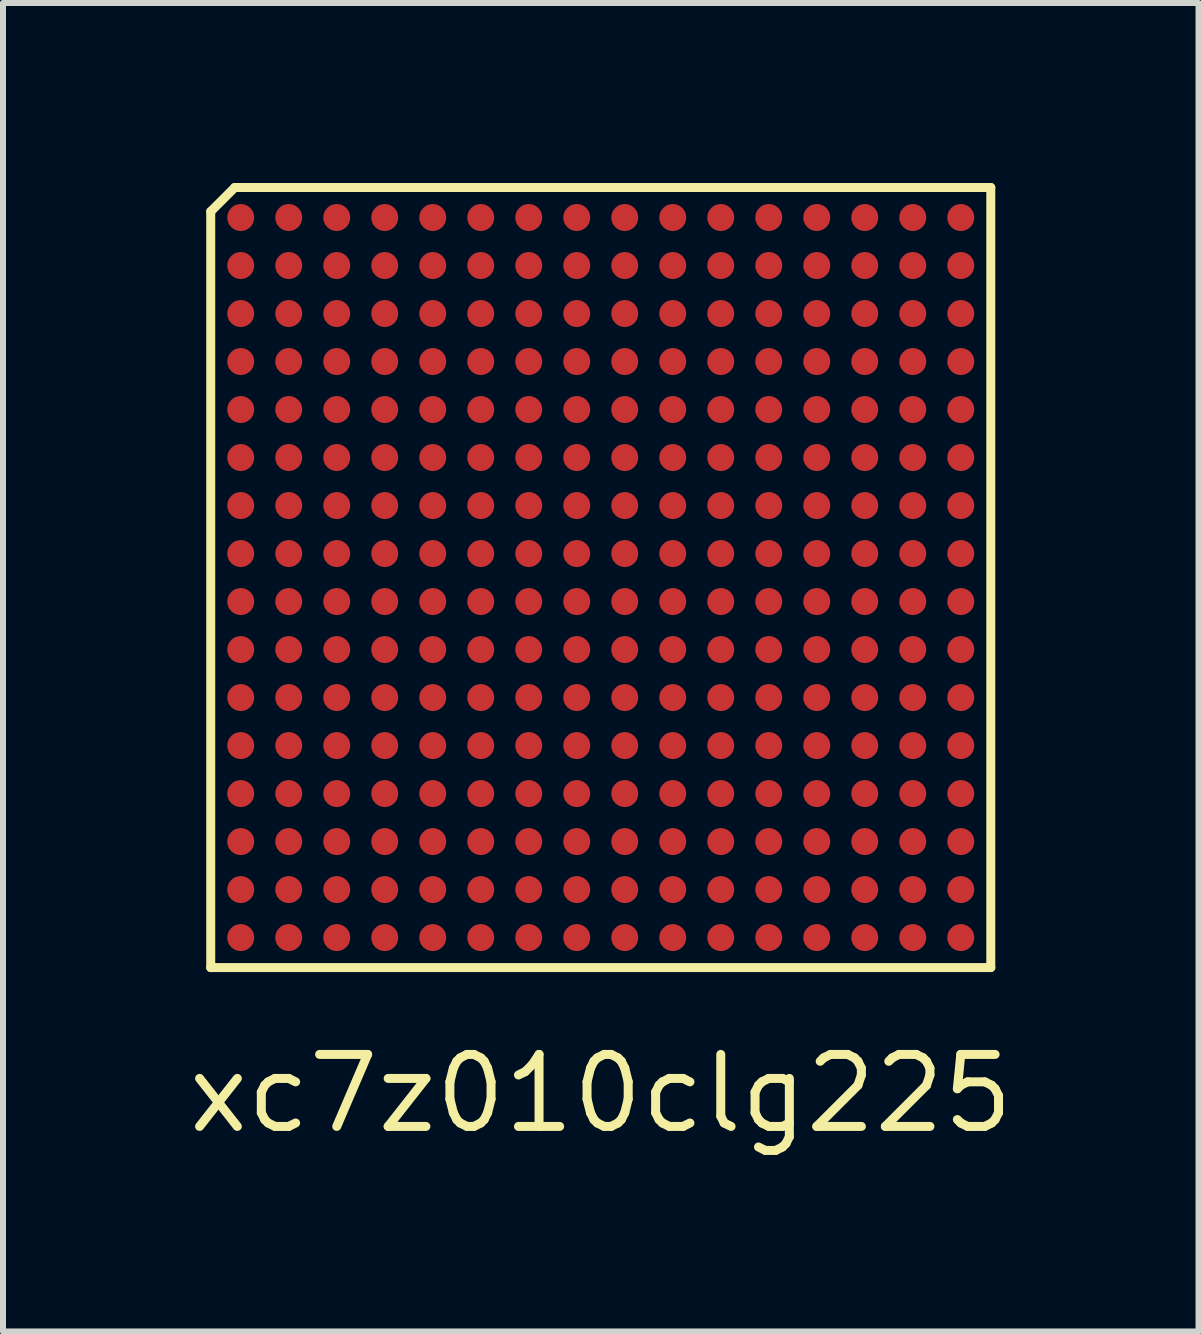
<source format=kicad_pcb>
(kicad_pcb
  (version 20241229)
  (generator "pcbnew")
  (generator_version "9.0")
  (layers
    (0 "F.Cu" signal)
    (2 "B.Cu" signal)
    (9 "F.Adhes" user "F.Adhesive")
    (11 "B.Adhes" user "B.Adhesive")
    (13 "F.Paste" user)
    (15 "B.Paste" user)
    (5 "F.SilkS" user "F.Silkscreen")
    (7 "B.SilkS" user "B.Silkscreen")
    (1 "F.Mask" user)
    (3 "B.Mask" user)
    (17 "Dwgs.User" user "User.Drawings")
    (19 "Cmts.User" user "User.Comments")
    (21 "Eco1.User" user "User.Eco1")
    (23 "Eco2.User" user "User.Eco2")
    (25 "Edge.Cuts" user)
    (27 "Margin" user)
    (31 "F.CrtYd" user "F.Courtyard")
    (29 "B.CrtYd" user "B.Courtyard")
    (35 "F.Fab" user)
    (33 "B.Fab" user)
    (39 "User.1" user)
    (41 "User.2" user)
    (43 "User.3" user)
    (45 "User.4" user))
  (footprint "xc7z010clg225"
    (layer "F.Cu")
    (at 6.962 6.575)
    (property "Reference" "xc7z010clg225" (at 0 8.6 0) (layer "F.SilkS") (effects (font (size 1.2 1.2) (thickness 0.15))))
    (attr through_hole)
    (fp_line (start -6.5 -6.1) (end -6.5 6.5) (stroke (width 0.15) (type solid)) (layer "F.SilkS"))
    (fp_line (start -6.5 6.5) (end 6.5 6.5) (stroke (width 0.15) (type solid)) (layer "F.SilkS"))
    (fp_line (start -6.1 -6.5) (end -6.5 -6.1) (stroke (width 0.15) (type solid)) (layer "F.SilkS"))
    (fp_line (start 6.5 -6.5) (end -6.1 -6.5) (stroke (width 0.15) (type solid)) (layer "F.SilkS"))
    (fp_line (start 6.5 6.5) (end 6.5 -6.5) (stroke (width 0.15) (type solid)) (layer "F.SilkS"))
    (pad "A1" smd circle (at -6 -6) (size 0.45 0.45) (layers "F.Cu" "F.Mask" "F.Paste"))
    (pad "A2" smd circle (at -5.2 -6) (size 0.45 0.45) (layers "F.Cu" "F.Mask" "F.Paste"))
    (pad "A3" smd circle (at -4.4 -6) (size 0.45 0.45) (layers "F.Cu" "F.Mask" "F.Paste"))
    (pad "A4" smd circle (at -3.6 -6) (size 0.45 0.45) (layers "F.Cu" "F.Mask" "F.Paste"))
    (pad "A5" smd circle (at -2.8 -6) (size 0.45 0.45) (layers "F.Cu" "F.Mask" "F.Paste"))
    (pad "A6" smd circle (at -2 -6) (size 0.45 0.45) (layers "F.Cu" "F.Mask" "F.Paste"))
    (pad "A7" smd circle (at -1.2 -6) (size 0.45 0.45) (layers "F.Cu" "F.Mask" "F.Paste"))
    (pad "A8" smd circle (at -0.4 -6) (size 0.45 0.45) (layers "F.Cu" "F.Mask" "F.Paste"))
    (pad "A9" smd circle (at 0.4 -6) (size 0.45 0.45) (layers "F.Cu" "F.Mask" "F.Paste"))
    (pad "A10" smd circle (at 1.2 -6) (size 0.45 0.45) (layers "F.Cu" "F.Mask" "F.Paste"))
    (pad "A11" smd circle (at 2 -6) (size 0.45 0.45) (layers "F.Cu" "F.Mask" "F.Paste"))
    (pad "A12" smd circle (at 2.8 -6) (size 0.45 0.45) (layers "F.Cu" "F.Mask" "F.Paste"))
    (pad "A13" smd circle (at 3.6 -6) (size 0.45 0.45) (layers "F.Cu" "F.Mask" "F.Paste"))
    (pad "A14" smd circle (at 4.4 -6) (size 0.45 0.45) (layers "F.Cu" "F.Mask" "F.Paste"))
    (pad "A15" smd circle (at 5.2 -6) (size 0.45 0.45) (layers "F.Cu" "F.Mask" "F.Paste"))
    (pad "A16" smd circle (at 6 -6) (size 0.45 0.45) (layers "F.Cu" "F.Mask" "F.Paste"))
    (pad "B1" smd circle (at -6 -5.2) (size 0.45 0.45) (layers "F.Cu" "F.Mask" "F.Paste"))
    (pad "B2" smd circle (at -5.2 -5.2) (size 0.45 0.45) (layers "F.Cu" "F.Mask" "F.Paste"))
    (pad "B3" smd circle (at -4.4 -5.2) (size 0.45 0.45) (layers "F.Cu" "F.Mask" "F.Paste"))
    (pad "B4" smd circle (at -3.6 -5.2) (size 0.45 0.45) (layers "F.Cu" "F.Mask" "F.Paste"))
    (pad "B5" smd circle (at -2.8 -5.2) (size 0.45 0.45) (layers "F.Cu" "F.Mask" "F.Paste"))
    (pad "B6" smd circle (at -2 -5.2) (size 0.45 0.45) (layers "F.Cu" "F.Mask" "F.Paste"))
    (pad "B7" smd circle (at -1.2 -5.2) (size 0.45 0.45) (layers "F.Cu" "F.Mask" "F.Paste"))
    (pad "B8" smd circle (at -0.4 -5.2) (size 0.45 0.45) (layers "F.Cu" "F.Mask" "F.Paste"))
    (pad "B9" smd circle (at 0.4 -5.2) (size 0.45 0.45) (layers "F.Cu" "F.Mask" "F.Paste"))
    (pad "B10" smd circle (at 1.2 -5.2) (size 0.45 0.45) (layers "F.Cu" "F.Mask" "F.Paste"))
    (pad "B11" smd circle (at 2 -5.2) (size 0.45 0.45) (layers "F.Cu" "F.Mask" "F.Paste"))
    (pad "B12" smd circle (at 2.8 -5.2) (size 0.45 0.45) (layers "F.Cu" "F.Mask" "F.Paste"))
    (pad "B13" smd circle (at 3.6 -5.2) (size 0.45 0.45) (layers "F.Cu" "F.Mask" "F.Paste"))
    (pad "B14" smd circle (at 4.4 -5.2) (size 0.45 0.45) (layers "F.Cu" "F.Mask" "F.Paste"))
    (pad "B15" smd circle (at 5.2 -5.2) (size 0.45 0.45) (layers "F.Cu" "F.Mask" "F.Paste"))
    (pad "B16" smd circle (at 6 -5.2) (size 0.45 0.45) (layers "F.Cu" "F.Mask" "F.Paste"))
    (pad "C1" smd circle (at -6 -4.4) (size 0.45 0.45) (layers "F.Cu" "F.Mask" "F.Paste"))
    (pad "C2" smd circle (at -5.2 -4.4) (size 0.45 0.45) (layers "F.Cu" "F.Mask" "F.Paste"))
    (pad "C3" smd circle (at -4.4 -4.4) (size 0.45 0.45) (layers "F.Cu" "F.Mask" "F.Paste"))
    (pad "C4" smd circle (at -3.6 -4.4) (size 0.45 0.45) (layers "F.Cu" "F.Mask" "F.Paste"))
    (pad "C5" smd circle (at -2.8 -4.4) (size 0.45 0.45) (layers "F.Cu" "F.Mask" "F.Paste"))
    (pad "C6" smd circle (at -2 -4.4) (size 0.45 0.45) (layers "F.Cu" "F.Mask" "F.Paste"))
    (pad "C7" smd circle (at -1.2 -4.4) (size 0.45 0.45) (layers "F.Cu" "F.Mask" "F.Paste"))
    (pad "C8" smd circle (at -0.4 -4.4) (size 0.45 0.45) (layers "F.Cu" "F.Mask" "F.Paste"))
    (pad "C9" smd circle (at 0.4 -4.4) (size 0.45 0.45) (layers "F.Cu" "F.Mask" "F.Paste"))
    (pad "C10" smd circle (at 1.2 -4.4) (size 0.45 0.45) (layers "F.Cu" "F.Mask" "F.Paste"))
    (pad "C11" smd circle (at 2 -4.4) (size 0.45 0.45) (layers "F.Cu" "F.Mask" "F.Paste"))
    (pad "C12" smd circle (at 2.8 -4.4) (size 0.45 0.45) (layers "F.Cu" "F.Mask" "F.Paste"))
    (pad "C13" smd circle (at 3.6 -4.4) (size 0.45 0.45) (layers "F.Cu" "F.Mask" "F.Paste"))
    (pad "C14" smd circle (at 4.4 -4.4) (size 0.45 0.45) (layers "F.Cu" "F.Mask" "F.Paste"))
    (pad "C15" smd circle (at 5.2 -4.4) (size 0.45 0.45) (layers "F.Cu" "F.Mask" "F.Paste"))
    (pad "C16" smd circle (at 6 -4.4) (size 0.45 0.45) (layers "F.Cu" "F.Mask" "F.Paste"))
    (pad "D1" smd circle (at -6 -3.6) (size 0.45 0.45) (layers "F.Cu" "F.Mask" "F.Paste"))
    (pad "D2" smd circle (at -5.2 -3.6) (size 0.45 0.45) (layers "F.Cu" "F.Mask" "F.Paste"))
    (pad "D3" smd circle (at -4.4 -3.6) (size 0.45 0.45) (layers "F.Cu" "F.Mask" "F.Paste"))
    (pad "D4" smd circle (at -3.6 -3.6) (size 0.45 0.45) (layers "F.Cu" "F.Mask" "F.Paste"))
    (pad "D5" smd circle (at -2.8 -3.6) (size 0.45 0.45) (layers "F.Cu" "F.Mask" "F.Paste"))
    (pad "D6" smd circle (at -2 -3.6) (size 0.45 0.45) (layers "F.Cu" "F.Mask" "F.Paste"))
    (pad "D7" smd circle (at -1.2 -3.6) (size 0.45 0.45) (layers "F.Cu" "F.Mask" "F.Paste"))
    (pad "D8" smd circle (at -0.4 -3.6) (size 0.45 0.45) (layers "F.Cu" "F.Mask" "F.Paste"))
    (pad "D9" smd circle (at 0.4 -3.6) (size 0.45 0.45) (layers "F.Cu" "F.Mask" "F.Paste"))
    (pad "D10" smd circle (at 1.2 -3.6) (size 0.45 0.45) (layers "F.Cu" "F.Mask" "F.Paste"))
    (pad "D11" smd circle (at 2 -3.6) (size 0.45 0.45) (layers "F.Cu" "F.Mask" "F.Paste"))
    (pad "D12" smd circle (at 2.8 -3.6) (size 0.45 0.45) (layers "F.Cu" "F.Mask" "F.Paste"))
    (pad "D13" smd circle (at 3.6 -3.6) (size 0.45 0.45) (layers "F.Cu" "F.Mask" "F.Paste"))
    (pad "D14" smd circle (at 4.4 -3.6) (size 0.45 0.45) (layers "F.Cu" "F.Mask" "F.Paste"))
    (pad "D15" smd circle (at 5.2 -3.6) (size 0.45 0.45) (layers "F.Cu" "F.Mask" "F.Paste"))
    (pad "D16" smd circle (at 6 -3.6) (size 0.45 0.45) (layers "F.Cu" "F.Mask" "F.Paste"))
    (pad "E1" smd circle (at -6 -2.8) (size 0.45 0.45) (layers "F.Cu" "F.Mask" "F.Paste"))
    (pad "E2" smd circle (at -5.2 -2.8) (size 0.45 0.45) (layers "F.Cu" "F.Mask" "F.Paste"))
    (pad "E3" smd circle (at -4.4 -2.8) (size 0.45 0.45) (layers "F.Cu" "F.Mask" "F.Paste"))
    (pad "E4" smd circle (at -3.6 -2.8) (size 0.45 0.45) (layers "F.Cu" "F.Mask" "F.Paste"))
    (pad "E5" smd circle (at -2.8 -2.8) (size 0.45 0.45) (layers "F.Cu" "F.Mask" "F.Paste"))
    (pad "E6" smd circle (at -2 -2.8) (size 0.45 0.45) (layers "F.Cu" "F.Mask" "F.Paste"))
    (pad "E7" smd circle (at -1.2 -2.8) (size 0.45 0.45) (layers "F.Cu" "F.Mask" "F.Paste"))
    (pad "E8" smd circle (at -0.4 -2.8) (size 0.45 0.45) (layers "F.Cu" "F.Mask" "F.Paste"))
    (pad "E9" smd circle (at 0.4 -2.8) (size 0.45 0.45) (layers "F.Cu" "F.Mask" "F.Paste"))
    (pad "E10" smd circle (at 1.2 -2.8) (size 0.45 0.45) (layers "F.Cu" "F.Mask" "F.Paste"))
    (pad "E11" smd circle (at 2 -2.8) (size 0.45 0.45) (layers "F.Cu" "F.Mask" "F.Paste"))
    (pad "E12" smd circle (at 2.8 -2.8) (size 0.45 0.45) (layers "F.Cu" "F.Mask" "F.Paste"))
    (pad "E13" smd circle (at 3.6 -2.8) (size 0.45 0.45) (layers "F.Cu" "F.Mask" "F.Paste"))
    (pad "E14" smd circle (at 4.4 -2.8) (size 0.45 0.45) (layers "F.Cu" "F.Mask" "F.Paste"))
    (pad "E15" smd circle (at 5.2 -2.8) (size 0.45 0.45) (layers "F.Cu" "F.Mask" "F.Paste"))
    (pad "E16" smd circle (at 6 -2.8) (size 0.45 0.45) (layers "F.Cu" "F.Mask" "F.Paste"))
    (pad "F1" smd circle (at -6 -2) (size 0.45 0.45) (layers "F.Cu" "F.Mask" "F.Paste"))
    (pad "F2" smd circle (at -5.2 -2) (size 0.45 0.45) (layers "F.Cu" "F.Mask" "F.Paste"))
    (pad "F3" smd circle (at -4.4 -2) (size 0.45 0.45) (layers "F.Cu" "F.Mask" "F.Paste"))
    (pad "F4" smd circle (at -3.6 -2) (size 0.45 0.45) (layers "F.Cu" "F.Mask" "F.Paste"))
    (pad "F5" smd circle (at -2.8 -2) (size 0.45 0.45) (layers "F.Cu" "F.Mask" "F.Paste"))
    (pad "F6" smd circle (at -2 -2) (size 0.45 0.45) (layers "F.Cu" "F.Mask" "F.Paste"))
    (pad "F7" smd circle (at -1.2 -2) (size 0.45 0.45) (layers "F.Cu" "F.Mask" "F.Paste"))
    (pad "F8" smd circle (at -0.4 -2) (size 0.45 0.45) (layers "F.Cu" "F.Mask" "F.Paste"))
    (pad "F9" smd circle (at 0.4 -2) (size 0.45 0.45) (layers "F.Cu" "F.Mask" "F.Paste"))
    (pad "F10" smd circle (at 1.2 -2) (size 0.45 0.45) (layers "F.Cu" "F.Mask" "F.Paste"))
    (pad "F11" smd circle (at 2 -2) (size 0.45 0.45) (layers "F.Cu" "F.Mask" "F.Paste"))
    (pad "F12" smd circle (at 2.8 -2) (size 0.45 0.45) (layers "F.Cu" "F.Mask" "F.Paste"))
    (pad "F13" smd circle (at 3.6 -2) (size 0.45 0.45) (layers "F.Cu" "F.Mask" "F.Paste"))
    (pad "F14" smd circle (at 4.4 -2) (size 0.45 0.45) (layers "F.Cu" "F.Mask" "F.Paste"))
    (pad "F15" smd circle (at 5.2 -2) (size 0.45 0.45) (layers "F.Cu" "F.Mask" "F.Paste"))
    (pad "F16" smd circle (at 6 -2) (size 0.45 0.45) (layers "F.Cu" "F.Mask" "F.Paste"))
    (pad "G1" smd circle (at -6 -1.2) (size 0.45 0.45) (layers "F.Cu" "F.Mask" "F.Paste"))
    (pad "G2" smd circle (at -5.2 -1.2) (size 0.45 0.45) (layers "F.Cu" "F.Mask" "F.Paste"))
    (pad "G3" smd circle (at -4.4 -1.2) (size 0.45 0.45) (layers "F.Cu" "F.Mask" "F.Paste"))
    (pad "G4" smd circle (at -3.6 -1.2) (size 0.45 0.45) (layers "F.Cu" "F.Mask" "F.Paste"))
    (pad "G5" smd circle (at -2.8 -1.2) (size 0.45 0.45) (layers "F.Cu" "F.Mask" "F.Paste"))
    (pad "G6" smd circle (at -2 -1.2) (size 0.45 0.45) (layers "F.Cu" "F.Mask" "F.Paste"))
    (pad "G7" smd circle (at -1.2 -1.2) (size 0.45 0.45) (layers "F.Cu" "F.Mask" "F.Paste"))
    (pad "G8" smd circle (at -0.4 -1.2) (size 0.45 0.45) (layers "F.Cu" "F.Mask" "F.Paste"))
    (pad "G9" smd circle (at 0.4 -1.2) (size 0.45 0.45) (layers "F.Cu" "F.Mask" "F.Paste"))
    (pad "G10" smd circle (at 1.2 -1.2) (size 0.45 0.45) (layers "F.Cu" "F.Mask" "F.Paste"))
    (pad "G11" smd circle (at 2 -1.2) (size 0.45 0.45) (layers "F.Cu" "F.Mask" "F.Paste"))
    (pad "G12" smd circle (at 2.8 -1.2) (size 0.45 0.45) (layers "F.Cu" "F.Mask" "F.Paste"))
    (pad "G13" smd circle (at 3.6 -1.2) (size 0.45 0.45) (layers "F.Cu" "F.Mask" "F.Paste"))
    (pad "G14" smd circle (at 4.4 -1.2) (size 0.45 0.45) (layers "F.Cu" "F.Mask" "F.Paste"))
    (pad "G15" smd circle (at 5.2 -1.2) (size 0.45 0.45) (layers "F.Cu" "F.Mask" "F.Paste"))
    (pad "G16" smd circle (at 6 -1.2) (size 0.45 0.45) (layers "F.Cu" "F.Mask" "F.Paste"))
    (pad "H1" smd circle (at -6 -0.4) (size 0.45 0.45) (layers "F.Cu" "F.Mask" "F.Paste"))
    (pad "H2" smd circle (at -5.2 -0.4) (size 0.45 0.45) (layers "F.Cu" "F.Mask" "F.Paste"))
    (pad "H3" smd circle (at -4.4 -0.4) (size 0.45 0.45) (layers "F.Cu" "F.Mask" "F.Paste"))
    (pad "H4" smd circle (at -3.6 -0.4) (size 0.45 0.45) (layers "F.Cu" "F.Mask" "F.Paste"))
    (pad "H5" smd circle (at -2.8 -0.4) (size 0.45 0.45) (layers "F.Cu" "F.Mask" "F.Paste"))
    (pad "H6" smd circle (at -2 -0.4) (size 0.45 0.45) (layers "F.Cu" "F.Mask" "F.Paste"))
    (pad "H7" smd circle (at -1.2 -0.4) (size 0.45 0.45) (layers "F.Cu" "F.Mask" "F.Paste"))
    (pad "H8" smd circle (at -0.4 -0.4) (size 0.45 0.45) (layers "F.Cu" "F.Mask" "F.Paste"))
    (pad "H9" smd circle (at 0.4 -0.4) (size 0.45 0.45) (layers "F.Cu" "F.Mask" "F.Paste"))
    (pad "H10" smd circle (at 1.2 -0.4) (size 0.45 0.45) (layers "F.Cu" "F.Mask" "F.Paste"))
    (pad "H11" smd circle (at 2 -0.4) (size 0.45 0.45) (layers "F.Cu" "F.Mask" "F.Paste"))
    (pad "H12" smd circle (at 2.8 -0.4) (size 0.45 0.45) (layers "F.Cu" "F.Mask" "F.Paste"))
    (pad "H13" smd circle (at 3.6 -0.4) (size 0.45 0.45) (layers "F.Cu" "F.Mask" "F.Paste"))
    (pad "H14" smd circle (at 4.4 -0.4) (size 0.45 0.45) (layers "F.Cu" "F.Mask" "F.Paste"))
    (pad "H15" smd circle (at 5.2 -0.4) (size 0.45 0.45) (layers "F.Cu" "F.Mask" "F.Paste"))
    (pad "H16" smd circle (at 6 -0.4) (size 0.45 0.45) (layers "F.Cu" "F.Mask" "F.Paste"))
    (pad "J1" smd circle (at -6 0.4) (size 0.45 0.45) (layers "F.Cu" "F.Mask" "F.Paste"))
    (pad "J2" smd circle (at -5.2 0.4) (size 0.45 0.45) (layers "F.Cu" "F.Mask" "F.Paste"))
    (pad "J3" smd circle (at -4.4 0.4) (size 0.45 0.45) (layers "F.Cu" "F.Mask" "F.Paste"))
    (pad "J4" smd circle (at -3.6 0.4) (size 0.45 0.45) (layers "F.Cu" "F.Mask" "F.Paste"))
    (pad "J5" smd circle (at -2.8 0.4) (size 0.45 0.45) (layers "F.Cu" "F.Mask" "F.Paste"))
    (pad "J6" smd circle (at -2 0.4) (size 0.45 0.45) (layers "F.Cu" "F.Mask" "F.Paste"))
    (pad "J7" smd circle (at -1.2 0.4) (size 0.45 0.45) (layers "F.Cu" "F.Mask" "F.Paste"))
    (pad "J8" smd circle (at -0.4 0.4) (size 0.45 0.45) (layers "F.Cu" "F.Mask" "F.Paste"))
    (pad "J9" smd circle (at 0.4 0.4) (size 0.45 0.45) (layers "F.Cu" "F.Mask" "F.Paste"))
    (pad "J10" smd circle (at 1.2 0.4) (size 0.45 0.45) (layers "F.Cu" "F.Mask" "F.Paste"))
    (pad "J11" smd circle (at 2 0.4) (size 0.45 0.45) (layers "F.Cu" "F.Mask" "F.Paste"))
    (pad "J12" smd circle (at 2.8 0.4) (size 0.45 0.45) (layers "F.Cu" "F.Mask" "F.Paste"))
    (pad "J13" smd circle (at 3.6 0.4) (size 0.45 0.45) (layers "F.Cu" "F.Mask" "F.Paste"))
    (pad "J14" smd circle (at 4.4 0.4) (size 0.45 0.45) (layers "F.Cu" "F.Mask" "F.Paste"))
    (pad "J15" smd circle (at 5.2 0.4) (size 0.45 0.45) (layers "F.Cu" "F.Mask" "F.Paste"))
    (pad "J16" smd circle (at 6 0.4) (size 0.45 0.45) (layers "F.Cu" "F.Mask" "F.Paste"))
    (pad "K1" smd circle (at -6 1.2) (size 0.45 0.45) (layers "F.Cu" "F.Mask" "F.Paste"))
    (pad "K2" smd circle (at -5.2 1.2) (size 0.45 0.45) (layers "F.Cu" "F.Mask" "F.Paste"))
    (pad "K3" smd circle (at -4.4 1.2) (size 0.45 0.45) (layers "F.Cu" "F.Mask" "F.Paste"))
    (pad "K4" smd circle (at -3.6 1.2) (size 0.45 0.45) (layers "F.Cu" "F.Mask" "F.Paste"))
    (pad "K5" smd circle (at -2.8 1.2) (size 0.45 0.45) (layers "F.Cu" "F.Mask" "F.Paste"))
    (pad "K6" smd circle (at -2 1.2) (size 0.45 0.45) (layers "F.Cu" "F.Mask" "F.Paste"))
    (pad "K7" smd circle (at -1.2 1.2) (size 0.45 0.45) (layers "F.Cu" "F.Mask" "F.Paste"))
    (pad "K8" smd circle (at -0.4 1.2) (size 0.45 0.45) (layers "F.Cu" "F.Mask" "F.Paste"))
    (pad "K9" smd circle (at 0.4 1.2) (size 0.45 0.45) (layers "F.Cu" "F.Mask" "F.Paste"))
    (pad "K10" smd circle (at 1.2 1.2) (size 0.45 0.45) (layers "F.Cu" "F.Mask" "F.Paste"))
    (pad "K11" smd circle (at 2 1.2) (size 0.45 0.45) (layers "F.Cu" "F.Mask" "F.Paste"))
    (pad "K12" smd circle (at 2.8 1.2) (size 0.45 0.45) (layers "F.Cu" "F.Mask" "F.Paste"))
    (pad "K13" smd circle (at 3.6 1.2) (size 0.45 0.45) (layers "F.Cu" "F.Mask" "F.Paste"))
    (pad "K14" smd circle (at 4.4 1.2) (size 0.45 0.45) (layers "F.Cu" "F.Mask" "F.Paste"))
    (pad "K15" smd circle (at 5.2 1.2) (size 0.45 0.45) (layers "F.Cu" "F.Mask" "F.Paste"))
    (pad "K16" smd circle (at 6 1.2) (size 0.45 0.45) (layers "F.Cu" "F.Mask" "F.Paste"))
    (pad "L1" smd circle (at -6 2) (size 0.45 0.45) (layers "F.Cu" "F.Mask" "F.Paste"))
    (pad "L2" smd circle (at -5.2 2) (size 0.45 0.45) (layers "F.Cu" "F.Mask" "F.Paste"))
    (pad "L3" smd circle (at -4.4 2) (size 0.45 0.45) (layers "F.Cu" "F.Mask" "F.Paste"))
    (pad "L4" smd circle (at -3.6 2) (size 0.45 0.45) (layers "F.Cu" "F.Mask" "F.Paste"))
    (pad "L5" smd circle (at -2.8 2) (size 0.45 0.45) (layers "F.Cu" "F.Mask" "F.Paste"))
    (pad "L6" smd circle (at -2 2) (size 0.45 0.45) (layers "F.Cu" "F.Mask" "F.Paste"))
    (pad "L7" smd circle (at -1.2 2) (size 0.45 0.45) (layers "F.Cu" "F.Mask" "F.Paste"))
    (pad "L8" smd circle (at -0.4 2) (size 0.45 0.45) (layers "F.Cu" "F.Mask" "F.Paste"))
    (pad "L9" smd circle (at 0.4 2) (size 0.45 0.45) (layers "F.Cu" "F.Mask" "F.Paste"))
    (pad "L10" smd circle (at 1.2 2) (size 0.45 0.45) (layers "F.Cu" "F.Mask" "F.Paste"))
    (pad "L11" smd circle (at 2 2) (size 0.45 0.45) (layers "F.Cu" "F.Mask" "F.Paste"))
    (pad "L12" smd circle (at 2.8 2) (size 0.45 0.45) (layers "F.Cu" "F.Mask" "F.Paste"))
    (pad "L13" smd circle (at 3.6 2) (size 0.45 0.45) (layers "F.Cu" "F.Mask" "F.Paste"))
    (pad "L14" smd circle (at 4.4 2) (size 0.45 0.45) (layers "F.Cu" "F.Mask" "F.Paste"))
    (pad "L15" smd circle (at 5.2 2) (size 0.45 0.45) (layers "F.Cu" "F.Mask" "F.Paste"))
    (pad "L16" smd circle (at 6 2) (size 0.45 0.45) (layers "F.Cu" "F.Mask" "F.Paste"))
    (pad "M1" smd circle (at -6 2.8) (size 0.45 0.45) (layers "F.Cu" "F.Mask" "F.Paste"))
    (pad "M2" smd circle (at -5.2 2.8) (size 0.45 0.45) (layers "F.Cu" "F.Mask" "F.Paste"))
    (pad "M3" smd circle (at -4.4 2.8) (size 0.45 0.45) (layers "F.Cu" "F.Mask" "F.Paste"))
    (pad "M4" smd circle (at -3.6 2.8) (size 0.45 0.45) (layers "F.Cu" "F.Mask" "F.Paste"))
    (pad "M5" smd circle (at -2.8 2.8) (size 0.45 0.45) (layers "F.Cu" "F.Mask" "F.Paste"))
    (pad "M6" smd circle (at -2 2.8) (size 0.45 0.45) (layers "F.Cu" "F.Mask" "F.Paste"))
    (pad "M7" smd circle (at -1.2 2.8) (size 0.45 0.45) (layers "F.Cu" "F.Mask" "F.Paste"))
    (pad "M8" smd circle (at -0.4 2.8) (size 0.45 0.45) (layers "F.Cu" "F.Mask" "F.Paste"))
    (pad "M9" smd circle (at 0.4 2.8) (size 0.45 0.45) (layers "F.Cu" "F.Mask" "F.Paste"))
    (pad "M10" smd circle (at 1.2 2.8) (size 0.45 0.45) (layers "F.Cu" "F.Mask" "F.Paste"))
    (pad "M11" smd circle (at 2 2.8) (size 0.45 0.45) (layers "F.Cu" "F.Mask" "F.Paste"))
    (pad "M12" smd circle (at 2.8 2.8) (size 0.45 0.45) (layers "F.Cu" "F.Mask" "F.Paste"))
    (pad "M13" smd circle (at 3.6 2.8) (size 0.45 0.45) (layers "F.Cu" "F.Mask" "F.Paste"))
    (pad "M14" smd circle (at 4.4 2.8) (size 0.45 0.45) (layers "F.Cu" "F.Mask" "F.Paste"))
    (pad "M15" smd circle (at 5.2 2.8) (size 0.45 0.45) (layers "F.Cu" "F.Mask" "F.Paste"))
    (pad "M16" smd circle (at 6 2.8) (size 0.45 0.45) (layers "F.Cu" "F.Mask" "F.Paste"))
    (pad "N1" smd circle (at -6 3.6) (size 0.45 0.45) (layers "F.Cu" "F.Mask" "F.Paste"))
    (pad "N2" smd circle (at -5.2 3.6) (size 0.45 0.45) (layers "F.Cu" "F.Mask" "F.Paste"))
    (pad "N3" smd circle (at -4.4 3.6) (size 0.45 0.45) (layers "F.Cu" "F.Mask" "F.Paste"))
    (pad "N4" smd circle (at -3.6 3.6) (size 0.45 0.45) (layers "F.Cu" "F.Mask" "F.Paste"))
    (pad "N5" smd circle (at -2.8 3.6) (size 0.45 0.45) (layers "F.Cu" "F.Mask" "F.Paste"))
    (pad "N6" smd circle (at -2 3.6) (size 0.45 0.45) (layers "F.Cu" "F.Mask" "F.Paste"))
    (pad "N7" smd circle (at -1.2 3.6) (size 0.45 0.45) (layers "F.Cu" "F.Mask" "F.Paste"))
    (pad "N8" smd circle (at -0.4 3.6) (size 0.45 0.45) (layers "F.Cu" "F.Mask" "F.Paste"))
    (pad "N9" smd circle (at 0.4 3.6) (size 0.45 0.45) (layers "F.Cu" "F.Mask" "F.Paste"))
    (pad "N10" smd circle (at 1.2 3.6) (size 0.45 0.45) (layers "F.Cu" "F.Mask" "F.Paste"))
    (pad "N11" smd circle (at 2 3.6) (size 0.45 0.45) (layers "F.Cu" "F.Mask" "F.Paste"))
    (pad "N12" smd circle (at 2.8 3.6) (size 0.45 0.45) (layers "F.Cu" "F.Mask" "F.Paste"))
    (pad "N13" smd circle (at 3.6 3.6) (size 0.45 0.45) (layers "F.Cu" "F.Mask" "F.Paste"))
    (pad "N14" smd circle (at 4.4 3.6) (size 0.45 0.45) (layers "F.Cu" "F.Mask" "F.Paste"))
    (pad "N15" smd circle (at 5.2 3.6) (size 0.45 0.45) (layers "F.Cu" "F.Mask" "F.Paste"))
    (pad "N16" smd circle (at 6 3.6) (size 0.45 0.45) (layers "F.Cu" "F.Mask" "F.Paste"))
    (pad "P1" smd circle (at -6 4.4) (size 0.45 0.45) (layers "F.Cu" "F.Mask" "F.Paste"))
    (pad "P2" smd circle (at -5.2 4.4) (size 0.45 0.45) (layers "F.Cu" "F.Mask" "F.Paste"))
    (pad "P3" smd circle (at -4.4 4.4) (size 0.45 0.45) (layers "F.Cu" "F.Mask" "F.Paste"))
    (pad "P4" smd circle (at -3.6 4.4) (size 0.45 0.45) (layers "F.Cu" "F.Mask" "F.Paste"))
    (pad "P5" smd circle (at -2.8 4.4) (size 0.45 0.45) (layers "F.Cu" "F.Mask" "F.Paste"))
    (pad "P6" smd circle (at -2 4.4) (size 0.45 0.45) (layers "F.Cu" "F.Mask" "F.Paste"))
    (pad "P7" smd circle (at -1.2 4.4) (size 0.45 0.45) (layers "F.Cu" "F.Mask" "F.Paste"))
    (pad "P8" smd circle (at -0.4 4.4) (size 0.45 0.45) (layers "F.Cu" "F.Mask" "F.Paste"))
    (pad "P9" smd circle (at 0.4 4.4) (size 0.45 0.45) (layers "F.Cu" "F.Mask" "F.Paste"))
    (pad "P10" smd circle (at 1.2 4.4) (size 0.45 0.45) (layers "F.Cu" "F.Mask" "F.Paste"))
    (pad "P11" smd circle (at 2 4.4) (size 0.45 0.45) (layers "F.Cu" "F.Mask" "F.Paste"))
    (pad "P12" smd circle (at 2.8 4.4) (size 0.45 0.45) (layers "F.Cu" "F.Mask" "F.Paste"))
    (pad "P13" smd circle (at 3.6 4.4) (size 0.45 0.45) (layers "F.Cu" "F.Mask" "F.Paste"))
    (pad "P14" smd circle (at 4.4 4.4) (size 0.45 0.45) (layers "F.Cu" "F.Mask" "F.Paste"))
    (pad "P15" smd circle (at 5.2 4.4) (size 0.45 0.45) (layers "F.Cu" "F.Mask" "F.Paste"))
    (pad "P16" smd circle (at 6 4.4) (size 0.45 0.45) (layers "F.Cu" "F.Mask" "F.Paste"))
    (pad "R1" smd circle (at -6 5.2) (size 0.45 0.45) (layers "F.Cu" "F.Mask" "F.Paste"))
    (pad "R2" smd circle (at -5.2 5.2) (size 0.45 0.45) (layers "F.Cu" "F.Mask" "F.Paste"))
    (pad "R3" smd circle (at -4.4 5.2) (size 0.45 0.45) (layers "F.Cu" "F.Mask" "F.Paste"))
    (pad "R4" smd circle (at -3.6 5.2) (size 0.45 0.45) (layers "F.Cu" "F.Mask" "F.Paste"))
    (pad "R5" smd circle (at -2.8 5.2) (size 0.45 0.45) (layers "F.Cu" "F.Mask" "F.Paste"))
    (pad "R6" smd circle (at -2 5.2) (size 0.45 0.45) (layers "F.Cu" "F.Mask" "F.Paste"))
    (pad "R7" smd circle (at -1.2 5.2) (size 0.45 0.45) (layers "F.Cu" "F.Mask" "F.Paste"))
    (pad "R8" smd circle (at -0.4 5.2) (size 0.45 0.45) (layers "F.Cu" "F.Mask" "F.Paste"))
    (pad "R9" smd circle (at 0.4 5.2) (size 0.45 0.45) (layers "F.Cu" "F.Mask" "F.Paste"))
    (pad "R10" smd circle (at 1.2 5.2) (size 0.45 0.45) (layers "F.Cu" "F.Mask" "F.Paste"))
    (pad "R11" smd circle (at 2 5.2) (size 0.45 0.45) (layers "F.Cu" "F.Mask" "F.Paste"))
    (pad "R12" smd circle (at 2.8 5.2) (size 0.45 0.45) (layers "F.Cu" "F.Mask" "F.Paste"))
    (pad "R13" smd circle (at 3.6 5.2) (size 0.45 0.45) (layers "F.Cu" "F.Mask" "F.Paste"))
    (pad "R14" smd circle (at 4.4 5.2) (size 0.45 0.45) (layers "F.Cu" "F.Mask" "F.Paste"))
    (pad "R15" smd circle (at 5.2 5.2) (size 0.45 0.45) (layers "F.Cu" "F.Mask" "F.Paste"))
    (pad "R16" smd circle (at 6 5.2) (size 0.45 0.45) (layers "F.Cu" "F.Mask" "F.Paste"))
    (pad "T1" smd circle (at -6 6) (size 0.45 0.45) (layers "F.Cu" "F.Mask" "F.Paste"))
    (pad "T2" smd circle (at -5.2 6) (size 0.45 0.45) (layers "F.Cu" "F.Mask" "F.Paste"))
    (pad "T3" smd circle (at -4.4 6) (size 0.45 0.45) (layers "F.Cu" "F.Mask" "F.Paste"))
    (pad "T4" smd circle (at -3.6 6) (size 0.45 0.45) (layers "F.Cu" "F.Mask" "F.Paste"))
    (pad "T5" smd circle (at -2.8 6) (size 0.45 0.45) (layers "F.Cu" "F.Mask" "F.Paste"))
    (pad "T6" smd circle (at -2 6) (size 0.45 0.45) (layers "F.Cu" "F.Mask" "F.Paste"))
    (pad "T7" smd circle (at -1.2 6) (size 0.45 0.45) (layers "F.Cu" "F.Mask" "F.Paste"))
    (pad "T8" smd circle (at -0.4 6) (size 0.45 0.45) (layers "F.Cu" "F.Mask" "F.Paste"))
    (pad "T9" smd circle (at 0.4 6) (size 0.45 0.45) (layers "F.Cu" "F.Mask" "F.Paste"))
    (pad "T10" smd circle (at 1.2 6) (size 0.45 0.45) (layers "F.Cu" "F.Mask" "F.Paste"))
    (pad "T11" smd circle (at 2 6) (size 0.45 0.45) (layers "F.Cu" "F.Mask" "F.Paste"))
    (pad "T12" smd circle (at 2.8 6) (size 0.45 0.45) (layers "F.Cu" "F.Mask" "F.Paste"))
    (pad "T13" smd circle (at 3.6 6) (size 0.45 0.45) (layers "F.Cu" "F.Mask" "F.Paste"))
    (pad "T14" smd circle (at 4.4 6) (size 0.45 0.45) (layers "F.Cu" "F.Mask" "F.Paste"))
    (pad "T15" smd circle (at 5.2 6) (size 0.45 0.45) (layers "F.Cu" "F.Mask" "F.Paste"))
    (pad "T16" smd circle (at 6 6) (size 0.45 0.45) (layers "F.Cu" "F.Mask" "F.Paste")))
  (gr_rect
    (start -3 -3)
    (end 16.924 19.14)
    (stroke (width 0.1) (type default))
    (fill no)
    (layer "Edge.Cuts")))
</source>
